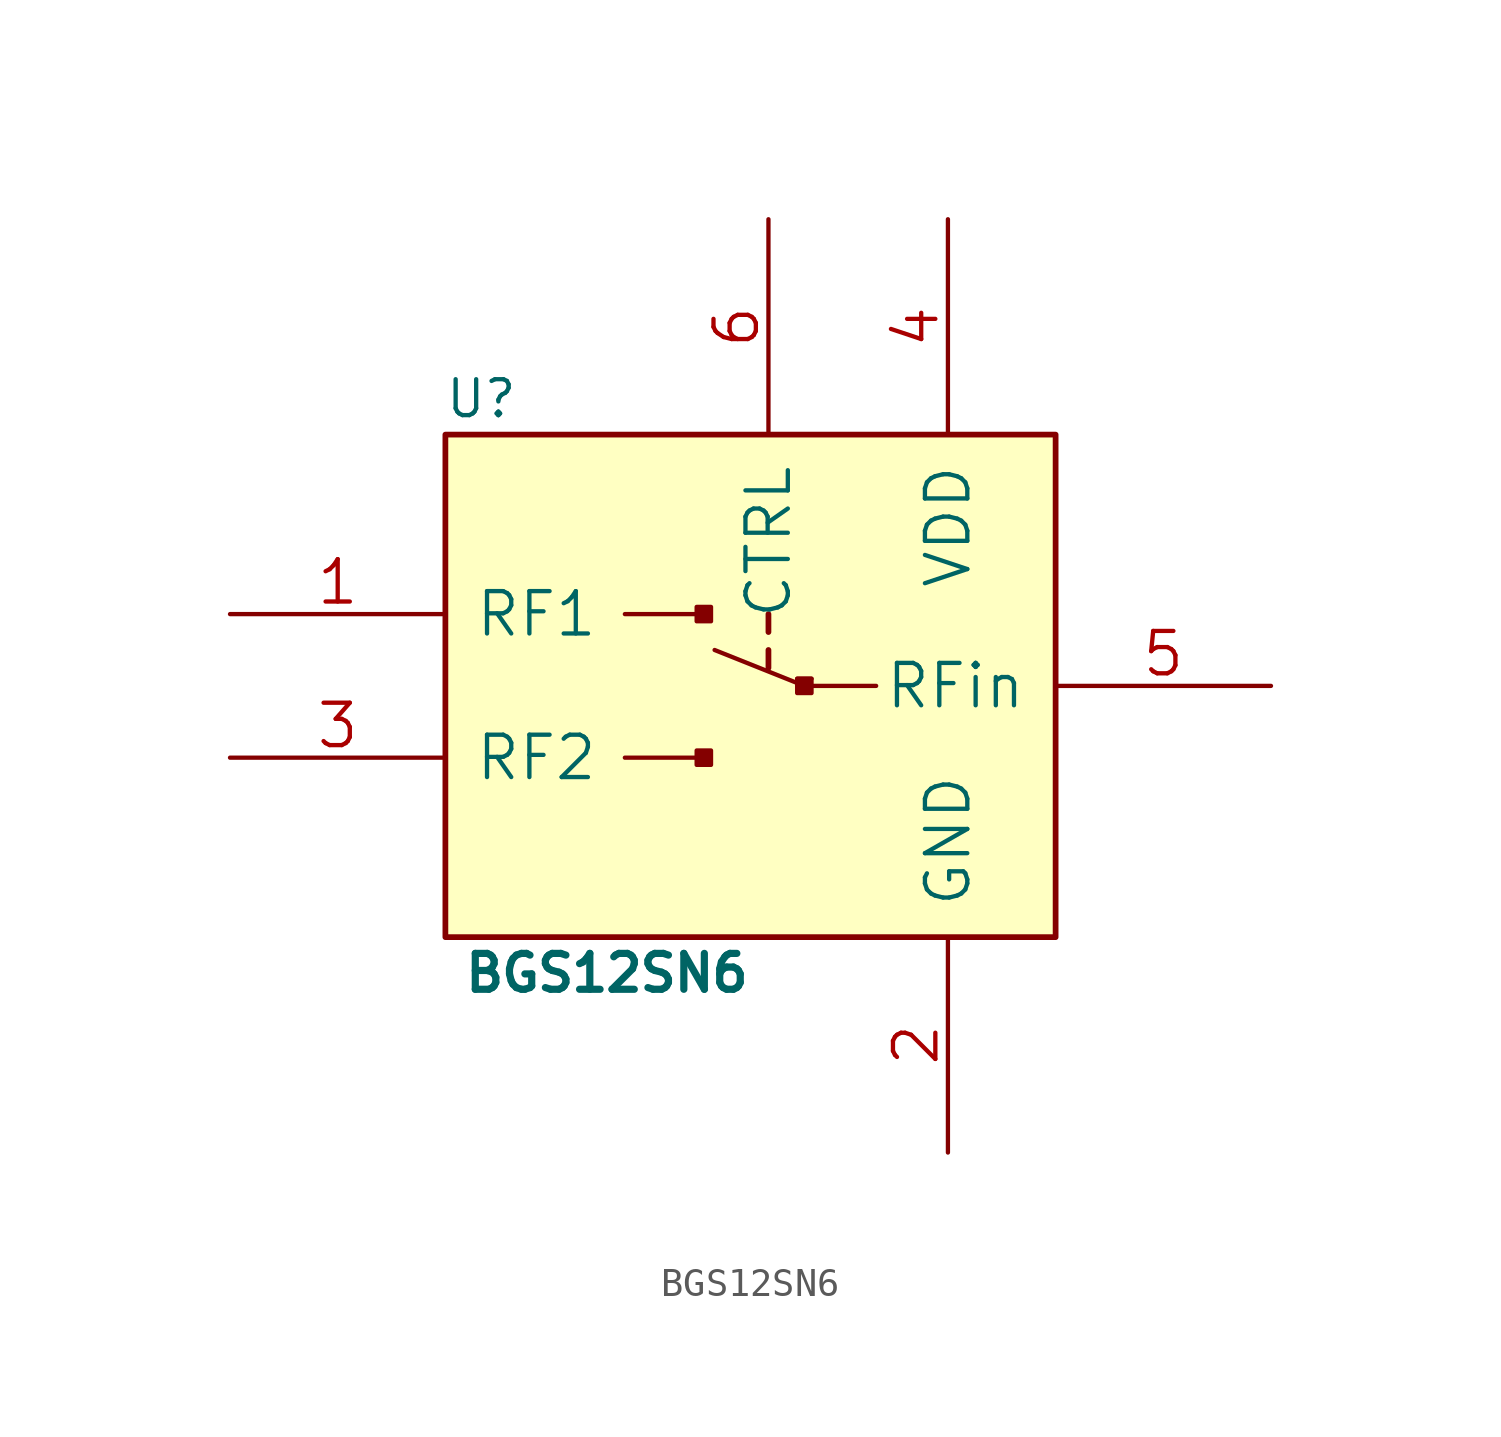
<source format=kicad_sym>
(kicad_symbol_lib
  (version 20211014)
  (generator kicad_symbol_editor)
  (symbol "BGS12SN6"
    (pin_names
      (offset 1.016))
    (property "Reference" "U"
      (at -11.43 10.16 0)
      (effects (font (size 1.27 1.27))))
    (property "Value" "BGS12SN6"
      (at -6.985 -10.16 0)
      (effects (font (size 1.27 1.27) bold)))
    (symbol "BGS12SN6_0_1"
      (rectangle (start -12.7 8.89) (end 8.89 -8.89) (stroke (width 0.203) (type default) (color 0 0 0 0)) (fill (type background)))
      (rectangle (start -3.81 -2.286) (end -3.302 -2.794) (stroke (width 0) (type default) (color 0 0 0 0)) (fill (type outline)))
      (rectangle (start -3.81 2.794) (end -3.302 2.286) (stroke (width 0) (type default) (color 0 0 0 0)) (fill (type outline)))
      (polyline (pts (xy -6.35 -2.54) (xy -3.81 -2.54)) (stroke (width 0) (type default) (color 0 0 0 0)) (fill (type none)))
      (polyline (pts (xy -6.35 2.54) (xy -3.81 2.54)) (stroke (width 0) (type default) (color 0 0 0 0)) (fill (type none)))
      (polyline (pts (xy -1.27 1.27) (xy -1.27 0.635)) (stroke (width 0.203) (type default) (color 0 0 0 0)) (fill (type none)))
      (polyline (pts (xy -1.27 2.54) (xy -1.27 1.905)) (stroke (width 0.203) (type default) (color 0 0 0 0)) (fill (type none)))
      (polyline (pts (xy 0 0) (xy -3.175 1.27)) (stroke (width 0) (type default) (color 0 0 0 0)) (fill (type none)))
      (polyline (pts (xy 2.54 0) (xy 0 0)) (stroke (width 0) (type default) (color 0 0 0 0)) (fill (type none)))
      (rectangle (start 0.254 0.254) (end -0.254 -0.254) (stroke (width 0) (type default) (color 0 0 0 0)) (fill (type outline)))
      (rectangle (start 0.254 0.254) (end -0.254 0.254) (stroke (width 0) (type default) (color 0 0 0 0)) (fill (type none))))
    (symbol "BGS12SN6_1_1"
      (pin bidirectional line (at -20.32 2.54 0) (length 7.62) (name "RF1" (effects (font (size 1.499 1.499)))) (number "1" (effects (font (size 1.499 1.499)))))
      (pin passive line (at 5.08 -16.51 90) (length 7.62) (name "GND" (effects (font (size 1.499 1.499)))) (number "2" (effects (font (size 1.499 1.499)))))
      (pin bidirectional line (at -20.32 -2.54 0) (length 7.62) (name "RF2" (effects (font (size 1.499 1.499)))) (number "3" (effects (font (size 1.499 1.499)))))
      (pin power_in line (at 5.08 16.51 270) (length 7.62) (name "VDD" (effects (font (size 1.499 1.499)))) (number "4" (effects (font (size 1.499 1.499)))))
      (pin bidirectional line (at 16.51 0 180) (length 7.62) (name "RFin" (effects (font (size 1.499 1.499)))) (number "5" (effects (font (size 1.499 1.499)))))
      (pin input line (at -1.27 16.51 270) (length 7.62) (name "CTRL" (effects (font (size 1.499 1.499)))) (number "6" (effects (font (size 1.499 1.499))))))))
</source>
